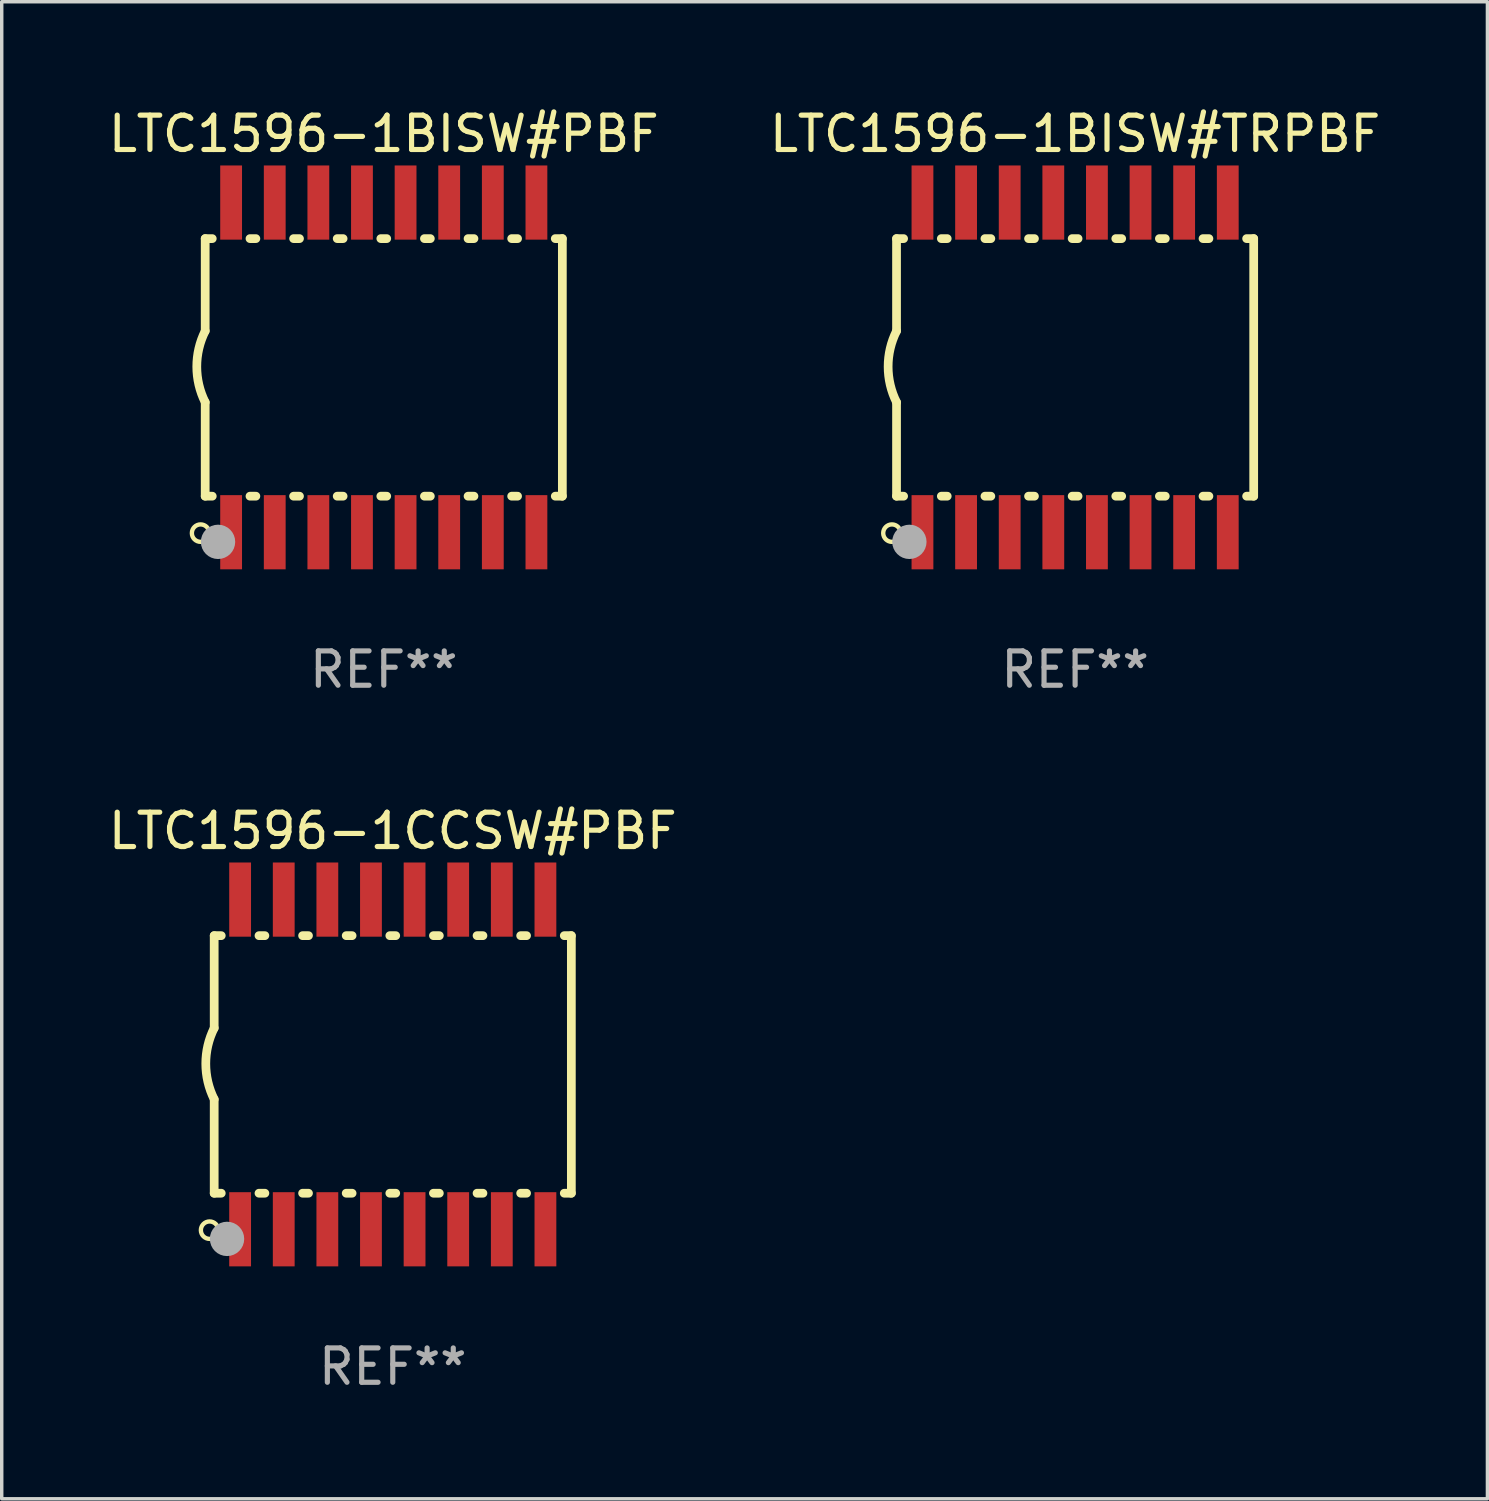
<source format=kicad_pcb>
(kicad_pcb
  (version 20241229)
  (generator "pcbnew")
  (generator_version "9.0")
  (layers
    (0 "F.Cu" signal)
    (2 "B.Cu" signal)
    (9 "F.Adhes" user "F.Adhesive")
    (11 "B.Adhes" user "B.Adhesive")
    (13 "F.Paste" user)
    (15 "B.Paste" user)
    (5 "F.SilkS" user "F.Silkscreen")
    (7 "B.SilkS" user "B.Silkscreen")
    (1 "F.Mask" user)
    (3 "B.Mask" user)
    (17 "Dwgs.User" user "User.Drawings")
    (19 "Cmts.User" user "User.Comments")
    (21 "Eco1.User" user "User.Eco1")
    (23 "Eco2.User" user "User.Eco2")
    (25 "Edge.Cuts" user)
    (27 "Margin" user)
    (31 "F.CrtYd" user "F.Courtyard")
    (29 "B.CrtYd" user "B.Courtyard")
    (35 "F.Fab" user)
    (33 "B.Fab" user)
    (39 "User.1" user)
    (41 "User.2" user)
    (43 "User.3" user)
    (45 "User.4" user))
  (footprint "LTC1596-1BISW#TRPBF"
    (layer "F.Cu")
    (at 28.256 7.648)
    (property "Reference" "LTC1596-1BISW#TRPBF" (at 0 -6.8 0) (layer "F.SilkS") (effects (font (size 1 1) (thickness 0.15))))
    (attr through_hole)
    (fp_line (start -5.2 -3.75) (end -5.2 -1.06) (stroke (width 0.254) (type solid)) (layer "F.SilkS"))
    (fp_line (start -5.2 -3.75) (end -4.994 -3.75) (stroke (width 0.254) (type solid)) (layer "F.SilkS"))
    (fp_line (start -5.2 3.75) (end -5.2 1.016) (stroke (width 0.254) (type solid)) (layer "F.SilkS"))
    (fp_line (start -5.2 3.75) (end -4.994 3.75) (stroke (width 0.254) (type solid)) (layer "F.SilkS"))
    (fp_line (start -3.896 -3.75) (end -3.724 -3.75) (stroke (width 0.254) (type solid)) (layer "F.SilkS"))
    (fp_line (start -3.896 3.75) (end -3.724 3.75) (stroke (width 0.254) (type solid)) (layer "F.SilkS"))
    (fp_line (start -2.626 -3.75) (end -2.454 -3.75) (stroke (width 0.254) (type solid)) (layer "F.SilkS"))
    (fp_line (start -2.626 3.75) (end -2.454 3.75) (stroke (width 0.254) (type solid)) (layer "F.SilkS"))
    (fp_line (start -1.356 -3.75) (end -1.184 -3.75) (stroke (width 0.254) (type solid)) (layer "F.SilkS"))
    (fp_line (start -1.356 3.75) (end -1.184 3.75) (stroke (width 0.254) (type solid)) (layer "F.SilkS"))
    (fp_line (start -0.086 -3.75) (end 0.086 -3.75) (stroke (width 0.254) (type solid)) (layer "F.SilkS"))
    (fp_line (start -0.086 3.75) (end 0.086 3.75) (stroke (width 0.254) (type solid)) (layer "F.SilkS"))
    (fp_line (start 1.184 -3.75) (end 1.356 -3.75) (stroke (width 0.254) (type solid)) (layer "F.SilkS"))
    (fp_line (start 1.184 3.75) (end 1.356 3.75) (stroke (width 0.254) (type solid)) (layer "F.SilkS"))
    (fp_line (start 2.454 -3.75) (end 2.626 -3.75) (stroke (width 0.254) (type solid)) (layer "F.SilkS"))
    (fp_line (start 2.454 3.75) (end 2.626 3.75) (stroke (width 0.254) (type solid)) (layer "F.SilkS"))
    (fp_line (start 3.724 -3.75) (end 3.896 -3.75) (stroke (width 0.254) (type solid)) (layer "F.SilkS"))
    (fp_line (start 3.724 3.75) (end 3.896 3.75) (stroke (width 0.254) (type solid)) (layer "F.SilkS"))
    (fp_line (start 4.994 -3.75) (end 5.2 -3.75) (stroke (width 0.254) (type solid)) (layer "F.SilkS"))
    (fp_line (start 4.994 3.75) (end 5.2 3.75) (stroke (width 0.254) (type solid)) (layer "F.SilkS"))
    (fp_line (start 5.2 3.75) (end 5.2 -3.75) (stroke (width 0.254) (type solid)) (layer "F.SilkS"))
    (fp_arc (start -5.199391 1.016002) (mid -5.444637 -0.021925) (end -5.2 -1.059995) (stroke (width 0.254001) (type solid)) (layer "F.SilkS"))
    (fp_circle (center -5.334 4.826) (end -5.08 4.826) (stroke (width 0.127) (type solid)) (fill no) (layer "F.SilkS"))
    (fp_circle (center -5.15 5.15) (end -5.12 5.15) (stroke (width 0.06) (type solid)) (fill no) (layer "F.SilkS"))
    (fp_circle (center -4.826 5.08) (end -4.576 5.08) (stroke (width 0.5) (type solid)) (fill no) (layer "F.Fab"))
    (fp_text user "REF**" (at 0 8.8 0) (layer "F.Fab") (effects (font (size 1 1) (thickness 0.15))))
    (pad "1" smd rect (at -4.445 4.8) (size 0.635 2.16) (layers "F.Cu" "F.Mask" "F.Paste"))
    (pad "2" smd rect (at -3.175 4.8) (size 0.635 2.16) (layers "F.Cu" "F.Mask" "F.Paste"))
    (pad "3" smd rect (at -1.905 4.8) (size 0.635 2.16) (layers "F.Cu" "F.Mask" "F.Paste"))
    (pad "4" smd rect (at -0.635 4.8) (size 0.635 2.16) (layers "F.Cu" "F.Mask" "F.Paste"))
    (pad "5" smd rect (at 0.635 4.8) (size 0.635 2.16) (layers "F.Cu" "F.Mask" "F.Paste"))
    (pad "6" smd rect (at 1.905 4.8) (size 0.635 2.16) (layers "F.Cu" "F.Mask" "F.Paste"))
    (pad "7" smd rect (at 3.175 4.8) (size 0.635 2.16) (layers "F.Cu" "F.Mask" "F.Paste"))
    (pad "8" smd rect (at 4.445 4.8) (size 0.635 2.16) (layers "F.Cu" "F.Mask" "F.Paste"))
    (pad "9" smd rect (at 4.445 -4.8) (size 0.635 2.16) (layers "F.Cu" "F.Mask" "F.Paste"))
    (pad "10" smd rect (at 3.175 -4.8) (size 0.635 2.16) (layers "F.Cu" "F.Mask" "F.Paste"))
    (pad "11" smd rect (at 1.905 -4.8) (size 0.635 2.16) (layers "F.Cu" "F.Mask" "F.Paste"))
    (pad "12" smd rect (at 0.635 -4.8) (size 0.635 2.16) (layers "F.Cu" "F.Mask" "F.Paste"))
    (pad "13" smd rect (at -0.635 -4.8) (size 0.635 2.16) (layers "F.Cu" "F.Mask" "F.Paste"))
    (pad "14" smd rect (at -1.905 -4.8) (size 0.635 2.16) (layers "F.Cu" "F.Mask" "F.Paste"))
    (pad "15" smd rect (at -3.175 -4.8) (size 0.635 2.16) (layers "F.Cu" "F.Mask" "F.Paste"))
    (pad "16" smd rect (at -4.445 -4.8) (size 0.635 2.16) (layers "F.Cu" "F.Mask" "F.Paste")))
  (footprint "LTC1596-1BISW#PBF"
    (layer "F.Cu")
    (at 8.125 7.648)
    (property "Reference" "LTC1596-1BISW#PBF" (at 0 -6.8 0) (layer "F.SilkS") (effects (font (size 1 1) (thickness 0.15))))
    (attr through_hole)
    (fp_line (start -5.2 -3.75) (end -5.2 -1.06) (stroke (width 0.254) (type solid)) (layer "F.SilkS"))
    (fp_line (start -5.2 -3.75) (end -4.994 -3.75) (stroke (width 0.254) (type solid)) (layer "F.SilkS"))
    (fp_line (start -5.2 3.75) (end -5.2 1.016) (stroke (width 0.254) (type solid)) (layer "F.SilkS"))
    (fp_line (start -5.2 3.75) (end -4.994 3.75) (stroke (width 0.254) (type solid)) (layer "F.SilkS"))
    (fp_line (start -3.896 -3.75) (end -3.724 -3.75) (stroke (width 0.254) (type solid)) (layer "F.SilkS"))
    (fp_line (start -3.896 3.75) (end -3.724 3.75) (stroke (width 0.254) (type solid)) (layer "F.SilkS"))
    (fp_line (start -2.626 -3.75) (end -2.454 -3.75) (stroke (width 0.254) (type solid)) (layer "F.SilkS"))
    (fp_line (start -2.626 3.75) (end -2.454 3.75) (stroke (width 0.254) (type solid)) (layer "F.SilkS"))
    (fp_line (start -1.356 -3.75) (end -1.184 -3.75) (stroke (width 0.254) (type solid)) (layer "F.SilkS"))
    (fp_line (start -1.356 3.75) (end -1.184 3.75) (stroke (width 0.254) (type solid)) (layer "F.SilkS"))
    (fp_line (start -0.086 -3.75) (end 0.086 -3.75) (stroke (width 0.254) (type solid)) (layer "F.SilkS"))
    (fp_line (start -0.086 3.75) (end 0.086 3.75) (stroke (width 0.254) (type solid)) (layer "F.SilkS"))
    (fp_line (start 1.184 -3.75) (end 1.356 -3.75) (stroke (width 0.254) (type solid)) (layer "F.SilkS"))
    (fp_line (start 1.184 3.75) (end 1.356 3.75) (stroke (width 0.254) (type solid)) (layer "F.SilkS"))
    (fp_line (start 2.454 -3.75) (end 2.626 -3.75) (stroke (width 0.254) (type solid)) (layer "F.SilkS"))
    (fp_line (start 2.454 3.75) (end 2.626 3.75) (stroke (width 0.254) (type solid)) (layer "F.SilkS"))
    (fp_line (start 3.724 -3.75) (end 3.896 -3.75) (stroke (width 0.254) (type solid)) (layer "F.SilkS"))
    (fp_line (start 3.724 3.75) (end 3.896 3.75) (stroke (width 0.254) (type solid)) (layer "F.SilkS"))
    (fp_line (start 4.994 -3.75) (end 5.2 -3.75) (stroke (width 0.254) (type solid)) (layer "F.SilkS"))
    (fp_line (start 4.994 3.75) (end 5.2 3.75) (stroke (width 0.254) (type solid)) (layer "F.SilkS"))
    (fp_line (start 5.2 3.75) (end 5.2 -3.75) (stroke (width 0.254) (type solid)) (layer "F.SilkS"))
    (fp_arc (start -5.199391 1.016002) (mid -5.444637 -0.021925) (end -5.2 -1.059995) (stroke (width 0.254001) (type solid)) (layer "F.SilkS"))
    (fp_circle (center -5.334 4.826) (end -5.08 4.826) (stroke (width 0.127) (type solid)) (fill no) (layer "F.SilkS"))
    (fp_circle (center -5.15 5.15) (end -5.12 5.15) (stroke (width 0.06) (type solid)) (fill no) (layer "F.SilkS"))
    (fp_circle (center -4.826 5.08) (end -4.576 5.08) (stroke (width 0.5) (type solid)) (fill no) (layer "F.Fab"))
    (fp_text user "REF**" (at 0 8.8 0) (layer "F.Fab") (effects (font (size 1 1) (thickness 0.15))))
    (pad "1" smd rect (at -4.445 4.8) (size 0.635 2.16) (layers "F.Cu" "F.Mask" "F.Paste"))
    (pad "2" smd rect (at -3.175 4.8) (size 0.635 2.16) (layers "F.Cu" "F.Mask" "F.Paste"))
    (pad "3" smd rect (at -1.905 4.8) (size 0.635 2.16) (layers "F.Cu" "F.Mask" "F.Paste"))
    (pad "4" smd rect (at -0.635 4.8) (size 0.635 2.16) (layers "F.Cu" "F.Mask" "F.Paste"))
    (pad "5" smd rect (at 0.635 4.8) (size 0.635 2.16) (layers "F.Cu" "F.Mask" "F.Paste"))
    (pad "6" smd rect (at 1.905 4.8) (size 0.635 2.16) (layers "F.Cu" "F.Mask" "F.Paste"))
    (pad "7" smd rect (at 3.175 4.8) (size 0.635 2.16) (layers "F.Cu" "F.Mask" "F.Paste"))
    (pad "8" smd rect (at 4.445 4.8) (size 0.635 2.16) (layers "F.Cu" "F.Mask" "F.Paste"))
    (pad "9" smd rect (at 4.445 -4.8) (size 0.635 2.16) (layers "F.Cu" "F.Mask" "F.Paste"))
    (pad "10" smd rect (at 3.175 -4.8) (size 0.635 2.16) (layers "F.Cu" "F.Mask" "F.Paste"))
    (pad "11" smd rect (at 1.905 -4.8) (size 0.635 2.16) (layers "F.Cu" "F.Mask" "F.Paste"))
    (pad "12" smd rect (at 0.635 -4.8) (size 0.635 2.16) (layers "F.Cu" "F.Mask" "F.Paste"))
    (pad "13" smd rect (at -0.635 -4.8) (size 0.635 2.16) (layers "F.Cu" "F.Mask" "F.Paste"))
    (pad "14" smd rect (at -1.905 -4.8) (size 0.635 2.16) (layers "F.Cu" "F.Mask" "F.Paste"))
    (pad "15" smd rect (at -3.175 -4.8) (size 0.635 2.16) (layers "F.Cu" "F.Mask" "F.Paste"))
    (pad "16" smd rect (at -4.445 -4.8) (size 0.635 2.16) (layers "F.Cu" "F.Mask" "F.Paste")))
  (footprint "LTC1596-1CCSW#PBF"
    (layer "F.Cu")
    (at 8.387 27.945)
    (property "Reference" "LTC1596-1CCSW#PBF" (at 0 -6.8 0) (layer "F.SilkS") (effects (font (size 1 1) (thickness 0.15))))
    (attr through_hole)
    (fp_line (start -5.2 -3.75) (end -5.2 -1.06) (stroke (width 0.254) (type solid)) (layer "F.SilkS"))
    (fp_line (start -5.2 -3.75) (end -4.994 -3.75) (stroke (width 0.254) (type solid)) (layer "F.SilkS"))
    (fp_line (start -5.2 3.75) (end -5.2 1.016) (stroke (width 0.254) (type solid)) (layer "F.SilkS"))
    (fp_line (start -5.2 3.75) (end -4.994 3.75) (stroke (width 0.254) (type solid)) (layer "F.SilkS"))
    (fp_line (start -3.896 -3.75) (end -3.724 -3.75) (stroke (width 0.254) (type solid)) (layer "F.SilkS"))
    (fp_line (start -3.896 3.75) (end -3.724 3.75) (stroke (width 0.254) (type solid)) (layer "F.SilkS"))
    (fp_line (start -2.626 -3.75) (end -2.454 -3.75) (stroke (width 0.254) (type solid)) (layer "F.SilkS"))
    (fp_line (start -2.626 3.75) (end -2.454 3.75) (stroke (width 0.254) (type solid)) (layer "F.SilkS"))
    (fp_line (start -1.356 -3.75) (end -1.184 -3.75) (stroke (width 0.254) (type solid)) (layer "F.SilkS"))
    (fp_line (start -1.356 3.75) (end -1.184 3.75) (stroke (width 0.254) (type solid)) (layer "F.SilkS"))
    (fp_line (start -0.086 -3.75) (end 0.086 -3.75) (stroke (width 0.254) (type solid)) (layer "F.SilkS"))
    (fp_line (start -0.086 3.75) (end 0.086 3.75) (stroke (width 0.254) (type solid)) (layer "F.SilkS"))
    (fp_line (start 1.184 -3.75) (end 1.356 -3.75) (stroke (width 0.254) (type solid)) (layer "F.SilkS"))
    (fp_line (start 1.184 3.75) (end 1.356 3.75) (stroke (width 0.254) (type solid)) (layer "F.SilkS"))
    (fp_line (start 2.454 -3.75) (end 2.626 -3.75) (stroke (width 0.254) (type solid)) (layer "F.SilkS"))
    (fp_line (start 2.454 3.75) (end 2.626 3.75) (stroke (width 0.254) (type solid)) (layer "F.SilkS"))
    (fp_line (start 3.724 -3.75) (end 3.896 -3.75) (stroke (width 0.254) (type solid)) (layer "F.SilkS"))
    (fp_line (start 3.724 3.75) (end 3.896 3.75) (stroke (width 0.254) (type solid)) (layer "F.SilkS"))
    (fp_line (start 4.994 -3.75) (end 5.2 -3.75) (stroke (width 0.254) (type solid)) (layer "F.SilkS"))
    (fp_line (start 4.994 3.75) (end 5.2 3.75) (stroke (width 0.254) (type solid)) (layer "F.SilkS"))
    (fp_line (start 5.2 3.75) (end 5.2 -3.75) (stroke (width 0.254) (type solid)) (layer "F.SilkS"))
    (fp_arc (start -5.199391 1.016002) (mid -5.444637 -0.021925) (end -5.2 -1.059995) (stroke (width 0.254001) (type solid)) (layer "F.SilkS"))
    (fp_circle (center -5.334 4.826) (end -5.08 4.826) (stroke (width 0.127) (type solid)) (fill no) (layer "F.SilkS"))
    (fp_circle (center -5.15 5.15) (end -5.12 5.15) (stroke (width 0.06) (type solid)) (fill no) (layer "F.SilkS"))
    (fp_circle (center -4.826 5.08) (end -4.576 5.08) (stroke (width 0.5) (type solid)) (fill no) (layer "F.Fab"))
    (fp_text user "REF**" (at 0 8.8 0) (layer "F.Fab") (effects (font (size 1 1) (thickness 0.15))))
    (pad "1" smd rect (at -4.445 4.8) (size 0.635 2.16) (layers "F.Cu" "F.Mask" "F.Paste"))
    (pad "2" smd rect (at -3.175 4.8) (size 0.635 2.16) (layers "F.Cu" "F.Mask" "F.Paste"))
    (pad "3" smd rect (at -1.905 4.8) (size 0.635 2.16) (layers "F.Cu" "F.Mask" "F.Paste"))
    (pad "4" smd rect (at -0.635 4.8) (size 0.635 2.16) (layers "F.Cu" "F.Mask" "F.Paste"))
    (pad "5" smd rect (at 0.635 4.8) (size 0.635 2.16) (layers "F.Cu" "F.Mask" "F.Paste"))
    (pad "6" smd rect (at 1.905 4.8) (size 0.635 2.16) (layers "F.Cu" "F.Mask" "F.Paste"))
    (pad "7" smd rect (at 3.175 4.8) (size 0.635 2.16) (layers "F.Cu" "F.Mask" "F.Paste"))
    (pad "8" smd rect (at 4.445 4.8) (size 0.635 2.16) (layers "F.Cu" "F.Mask" "F.Paste"))
    (pad "9" smd rect (at 4.445 -4.8) (size 0.635 2.16) (layers "F.Cu" "F.Mask" "F.Paste"))
    (pad "10" smd rect (at 3.175 -4.8) (size 0.635 2.16) (layers "F.Cu" "F.Mask" "F.Paste"))
    (pad "11" smd rect (at 1.905 -4.8) (size 0.635 2.16) (layers "F.Cu" "F.Mask" "F.Paste"))
    (pad "12" smd rect (at 0.635 -4.8) (size 0.635 2.16) (layers "F.Cu" "F.Mask" "F.Paste"))
    (pad "13" smd rect (at -0.635 -4.8) (size 0.635 2.16) (layers "F.Cu" "F.Mask" "F.Paste"))
    (pad "14" smd rect (at -1.905 -4.8) (size 0.635 2.16) (layers "F.Cu" "F.Mask" "F.Paste"))
    (pad "15" smd rect (at -3.175 -4.8) (size 0.635 2.16) (layers "F.Cu" "F.Mask" "F.Paste"))
    (pad "16" smd rect (at -4.445 -4.8) (size 0.635 2.16) (layers "F.Cu" "F.Mask" "F.Paste")))
  (gr_rect
    (start -3 -3)
    (end 40.262 40.593)
    (stroke (width 0.1) (type default))
    (fill no)
    (layer "Edge.Cuts")))
</source>
